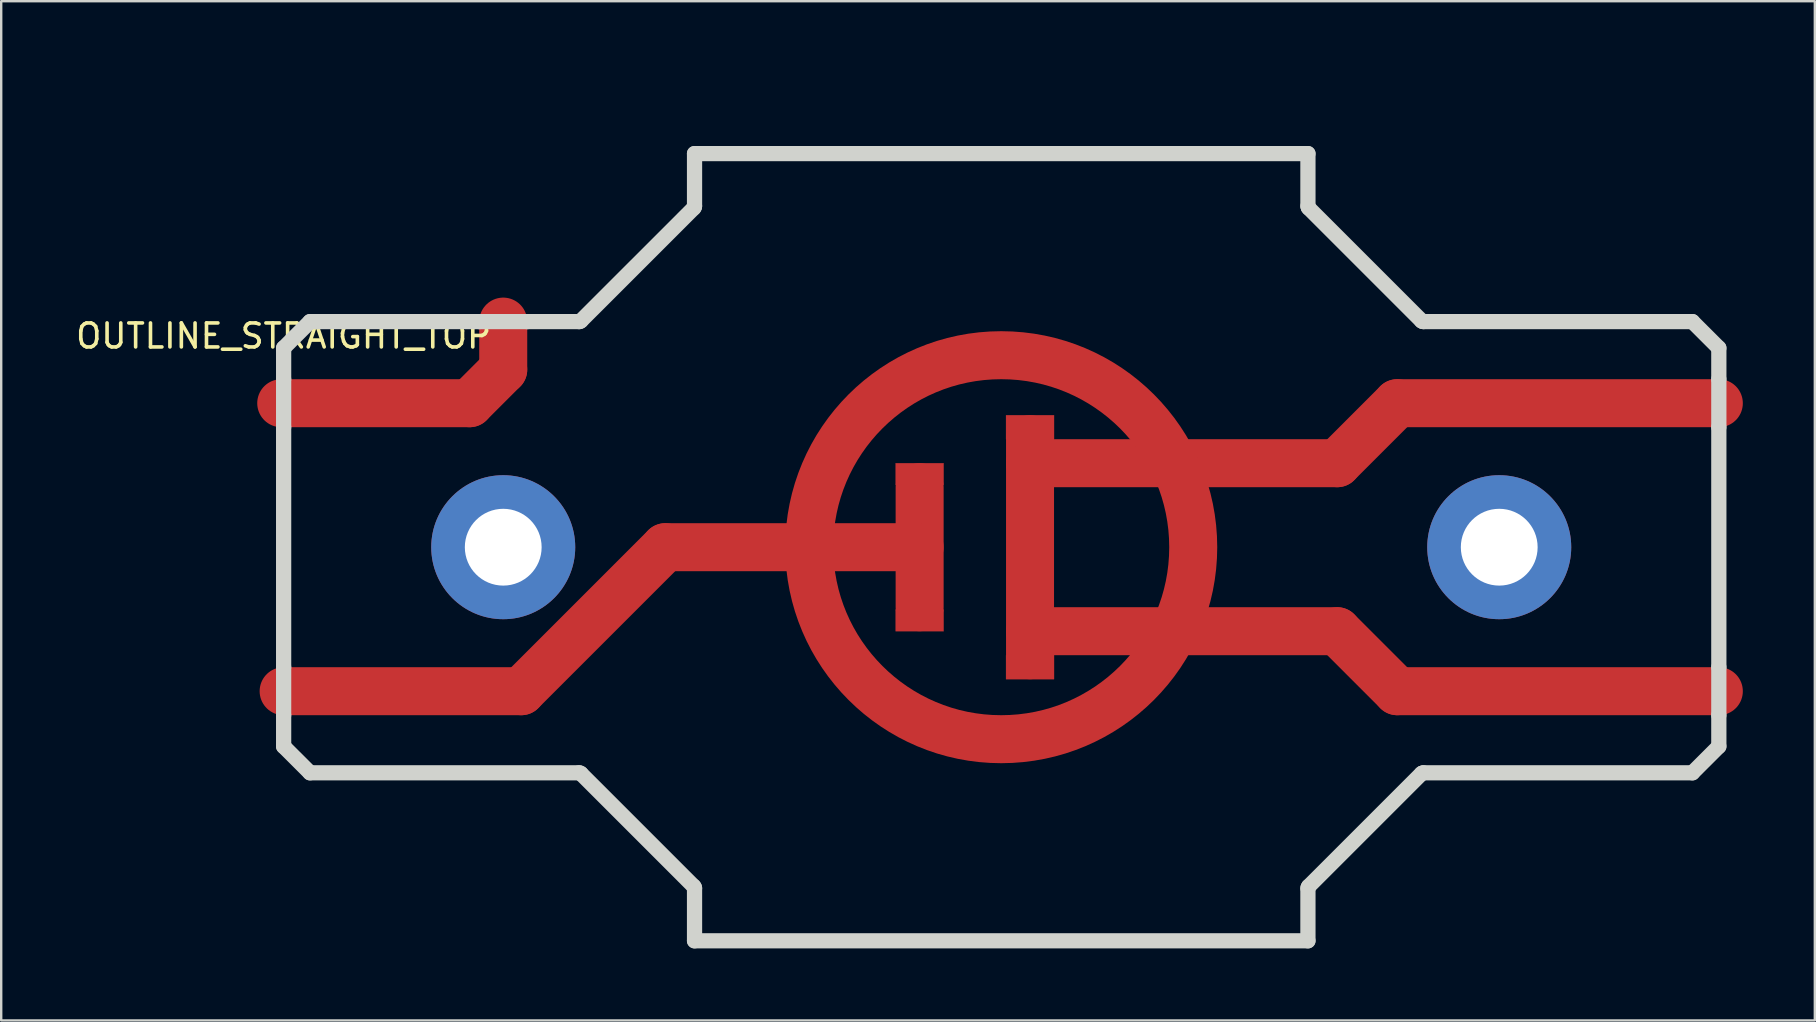
<source format=kicad_pcb>
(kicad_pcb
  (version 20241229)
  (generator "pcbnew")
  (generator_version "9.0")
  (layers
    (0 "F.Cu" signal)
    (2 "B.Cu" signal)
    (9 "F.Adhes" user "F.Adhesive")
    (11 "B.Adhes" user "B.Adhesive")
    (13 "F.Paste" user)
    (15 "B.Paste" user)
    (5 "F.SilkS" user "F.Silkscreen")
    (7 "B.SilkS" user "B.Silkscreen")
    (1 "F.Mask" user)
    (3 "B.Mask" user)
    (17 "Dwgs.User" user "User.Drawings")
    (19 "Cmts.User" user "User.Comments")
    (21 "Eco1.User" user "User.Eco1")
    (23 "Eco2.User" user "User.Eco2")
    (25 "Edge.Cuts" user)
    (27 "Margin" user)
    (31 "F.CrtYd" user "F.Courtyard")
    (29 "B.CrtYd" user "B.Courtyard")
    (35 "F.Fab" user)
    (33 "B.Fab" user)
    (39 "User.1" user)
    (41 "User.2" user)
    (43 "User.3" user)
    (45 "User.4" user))
  (footprint "OUTLINE_STRAIGHT_TOP"
    (layer "F.Cu")
    (at 8.768 11.45)
    (property "Reference" "OUTLINE_STRAIGHT_TOP" (at 0 -0.5 0) (unlocked yes) (layer "F.SilkS") (effects (font (size 1 1) (thickness 0.15))))
    (attr smd board_only exclude_from_pos_files exclude_from_bom allow_missing_courtyard)
    (fp_line (start -0.1 2.3) (end 7.75 2.3) (stroke (width 2) (type solid)) (layer "F.Cu"))
    (fp_line (start 7.75 2.3) (end 9.15 0.9) (stroke (width 2) (type solid)) (layer "F.Cu"))
    (fp_line (start 9.15 0.9) (end 9.15 -1.1) (stroke (width 2) (type solid)) (layer "F.Cu"))
    (fp_line (start 9.9 14.3) (end 0 14.3) (stroke (width 2) (type solid)) (layer "F.Cu"))
    (fp_line (start 15.9 8.3) (end 9.9 14.3) (stroke (width 2) (type solid)) (layer "F.Cu"))
    (fp_line (start 21.9 8.3) (end 15.9 8.3) (stroke (width 2) (type solid)) (layer "F.Cu"))
    (fp_line (start 26.5 5.8) (end 26.5 10.8) (stroke (width 2) (type solid)) (layer "F.Cu"))
    (fp_line (start 26.5 8.3) (end 21.9 8.3) (stroke (width 2) (type solid)) (layer "F.Cu"))
    (fp_line (start 31.1 3.8) (end 31.1 12.8) (stroke (width 2) (type solid)) (layer "F.Cu"))
    (fp_line (start 37.094 4.8) (end 31.1 4.8) (stroke (width 2) (type solid)) (layer "F.Cu"))
    (fp_line (start 37.094 11.8) (end 31.1 11.8) (stroke (width 2) (type solid)) (layer "F.Cu"))
    (fp_line (start 43.9 4.8) (end 37.094 4.8) (stroke (width 2) (type solid)) (layer "F.Cu"))
    (fp_line (start 43.9 4.8) (end 46.4 2.3) (stroke (width 2) (type solid)) (layer "F.Cu"))
    (fp_line (start 43.9 11.8) (end 37.094 11.8) (stroke (width 2) (type solid)) (layer "F.Cu"))
    (fp_line (start 43.9 11.8) (end 46.4 14.3) (stroke (width 2) (type solid)) (layer "F.Cu"))
    (fp_line (start 46.4 2.3) (end 59.8 2.3) (stroke (width 2) (type solid)) (layer "F.Cu"))
    (fp_line (start 46.4 14.3) (end 59.8 14.3) (stroke (width 2) (type solid)) (layer "F.Cu"))
    (fp_rect (start 25.5 4.8) (end 27.5 5.7) (stroke (width 0.01) (type solid)) (fill yes) (layer "F.Cu"))
    (fp_rect (start 25.5 10.9) (end 27.5 11.8) (stroke (width 0.01) (type solid)) (fill yes) (layer "F.Cu"))
    (fp_rect (start 30.1 2.8) (end 32.1 3.8) (stroke (width 0.01) (type solid)) (fill yes) (layer "F.Cu"))
    (fp_rect (start 30.1 12.8) (end 32.1 13.8) (stroke (width 0.01) (type solid)) (fill yes) (layer "F.Cu"))
    (fp_circle (center 29.9 8.3) (end 37.9 8.3) (stroke (width 2) (type solid)) (fill no) (layer "F.Cu"))
    (fp_line (start -0.1 2.3) (end 7.75 2.3) (stroke (width 2) (type solid)) (layer "F.Mask"))
    (fp_line (start 7.75 2.3) (end 9.15 0.9) (stroke (width 2) (type solid)) (layer "F.Mask"))
    (fp_line (start 9.15 0.9) (end 9.15 -1.1) (stroke (width 2) (type solid)) (layer "F.Mask"))
    (fp_line (start 9.9 14.3) (end 0 14.3) (stroke (width 2) (type solid)) (layer "F.Mask"))
    (fp_line (start 15.9 8.3) (end 9.9 14.3) (stroke (width 2) (type solid)) (layer "F.Mask"))
    (fp_line (start 21.9 8.3) (end 15.9 8.3) (stroke (width 2) (type solid)) (layer "F.Mask"))
    (fp_line (start 26.5 5.8) (end 26.5 10.8) (stroke (width 2) (type solid)) (layer "F.Mask"))
    (fp_line (start 26.5 8.3) (end 21.9 8.3) (stroke (width 2) (type solid)) (layer "F.Mask"))
    (fp_line (start 31.1 3.8) (end 31.1 12.8) (stroke (width 2) (type solid)) (layer "F.Mask"))
    (fp_line (start 37.094 4.8) (end 31.1 4.8) (stroke (width 2) (type solid)) (layer "F.Mask"))
    (fp_line (start 37.094 11.8) (end 31.1 11.8) (stroke (width 2) (type solid)) (layer "F.Mask"))
    (fp_line (start 43.9 4.8) (end 37.094 4.8) (stroke (width 2) (type solid)) (layer "F.Mask"))
    (fp_line (start 43.9 4.8) (end 46.4 2.3) (stroke (width 2) (type solid)) (layer "F.Mask"))
    (fp_line (start 43.9 11.8) (end 37.094 11.8) (stroke (width 2) (type solid)) (layer "F.Mask"))
    (fp_line (start 43.9 11.8) (end 46.4 14.3) (stroke (width 2) (type solid)) (layer "F.Mask"))
    (fp_line (start 46.4 2.3) (end 59.8 2.3) (stroke (width 2) (type solid)) (layer "F.Mask"))
    (fp_line (start 46.4 14.3) (end 59.8 14.3) (stroke (width 2) (type solid)) (layer "F.Mask"))
    (fp_rect (start 25.5 4.8) (end 27.5 5.7) (stroke (width 0.01) (type solid)) (fill yes) (layer "F.Mask"))
    (fp_rect (start 25.5 10.9) (end 27.5 11.8) (stroke (width 0.01) (type solid)) (fill yes) (layer "F.Mask"))
    (fp_rect (start 30.1 2.8) (end 32.1 3.8) (stroke (width 0.01) (type solid)) (fill yes) (layer "F.Mask"))
    (fp_rect (start 30.1 12.8) (end 32.1 13.8) (stroke (width 0.01) (type solid)) (fill yes) (layer "F.Mask"))
    (fp_circle (center 29.9 8.3) (end 37.9 8.3) (stroke (width 2) (type solid)) (fill no) (layer "F.Mask"))
    (fp_line (start 0 0) (end 0 1.3) (stroke (width 0.635) (type solid)) (layer "Edge.Cuts"))
    (fp_line (start 0 1.3) (end 0 3.3) (stroke (width 0.635) (type solid)) (layer "Edge.Cuts"))
    (fp_line (start 0 3.3) (end 0 13.3) (stroke (width 0.635) (type solid)) (layer "Edge.Cuts"))
    (fp_line (start 0 13.3) (end 0 15.3) (stroke (width 0.635) (type solid)) (layer "Edge.Cuts"))
    (fp_line (start 0 15.3) (end 0 16.6) (stroke (width 0.635) (type solid)) (layer "Edge.Cuts"))
    (fp_line (start 0 16.6) (end 1.1 17.7) (stroke (width 0.635) (type solid)) (layer "Edge.Cuts"))
    (fp_line (start 1.1 -1.1) (end 0 0) (stroke (width 0.635) (type solid)) (layer "Edge.Cuts"))
    (fp_line (start 1.1 17.7) (end 12.314 17.7) (stroke (width 0.635) (type solid)) (layer "Edge.Cuts"))
    (fp_line (start 8.15 -1.1) (end 1.1 -1.1) (stroke (width 0.635) (type solid)) (layer "Edge.Cuts"))
    (fp_line (start 10.15 -1.1) (end 8.15 -1.1) (stroke (width 0.635) (type solid)) (layer "Edge.Cuts"))
    (fp_line (start 12.314 -1.1) (end 10.15 -1.1) (stroke (width 0.635) (type solid)) (layer "Edge.Cuts"))
    (fp_line (start 12.385 17.729) (end 17.092 22.436) (stroke (width 0.635) (type solid)) (layer "Edge.Cuts"))
    (fp_line (start 17.092 -5.836) (end 12.385 -1.129) (stroke (width 0.635) (type solid)) (layer "Edge.Cuts"))
    (fp_line (start 17.121 -8.1) (end 17.121 -5.907) (stroke (width 0.635) (type solid)) (layer "Edge.Cuts"))
    (fp_line (start 17.121 22.507) (end 17.121 24.7) (stroke (width 0.635) (type solid)) (layer "Edge.Cuts"))
    (fp_line (start 17.121 24.7) (end 42.679 24.7) (stroke (width 0.635) (type solid)) (layer "Edge.Cuts"))
    (fp_line (start 42.679 -8.1) (end 17.121 -8.1) (stroke (width 0.635) (type solid)) (layer "Edge.Cuts"))
    (fp_line (start 42.679 -5.907) (end 42.679 -8.1) (stroke (width 0.635) (type solid)) (layer "Edge.Cuts"))
    (fp_line (start 42.679 24.7) (end 42.679 22.507) (stroke (width 0.635) (type solid)) (layer "Edge.Cuts"))
    (fp_line (start 42.708 22.436) (end 47.415 17.729) (stroke (width 0.635) (type solid)) (layer "Edge.Cuts"))
    (fp_line (start 47.415 -1.129) (end 42.708 -5.836) (stroke (width 0.635) (type solid)) (layer "Edge.Cuts"))
    (fp_line (start 47.486 17.7) (end 58.7 17.7) (stroke (width 0.635) (type solid)) (layer "Edge.Cuts"))
    (fp_line (start 58.7 -1.1) (end 47.486 -1.1) (stroke (width 0.635) (type solid)) (layer "Edge.Cuts"))
    (fp_line (start 58.7 17.7) (end 59.8 16.6) (stroke (width 0.635) (type solid)) (layer "Edge.Cuts"))
    (fp_line (start 59.8 0) (end 58.7 -1.1) (stroke (width 0.635) (type solid)) (layer "Edge.Cuts"))
    (fp_line (start 59.8 1.3) (end 59.8 0) (stroke (width 0.635) (type solid)) (layer "Edge.Cuts"))
    (fp_line (start 59.8 3.3) (end 59.8 1.3) (stroke (width 0.635) (type solid)) (layer "Edge.Cuts"))
    (fp_line (start 59.8 13.3) (end 59.8 3.3) (stroke (width 0.635) (type solid)) (layer "Edge.Cuts"))
    (fp_line (start 59.8 15.3) (end 59.8 13.3) (stroke (width 0.635) (type solid)) (layer "Edge.Cuts"))
    (fp_line (start 59.8 16.6) (end 59.8 15.3) (stroke (width 0.635) (type solid)) (layer "Edge.Cuts"))
    (fp_arc (start 12.314213 17.7) (mid 12.352478 17.707619) (end 12.384924 17.72929) (stroke (width 0.635) (type solid)) (layer "Edge.Cuts"))
    (fp_arc (start 12.384924 -1.129289) (mid 12.352485 -1.107594) (end 12.314213 -1.1) (stroke (width 0.635) (type solid)) (layer "Edge.Cuts"))
    (fp_arc (start 17.092031 22.436396) (mid 17.113711 22.468839) (end 17.12132 22.507107) (stroke (width 0.635) (type solid)) (layer "Edge.Cuts"))
    (fp_arc (start 17.12132 -5.907107) (mid 17.113725 -5.868827) (end 17.092031 -5.836396) (stroke (width 0.635) (type solid)) (layer "Edge.Cuts"))
    (fp_arc (start 42.67868 22.507107) (mid 42.686302 22.468845) (end 42.707969 22.436396) (stroke (width 0.635) (type solid)) (layer "Edge.Cuts"))
    (fp_arc (start 42.707969 -5.836396) (mid 42.686308 -5.868841) (end 42.67868 -5.907107) (stroke (width 0.635) (type solid)) (layer "Edge.Cuts"))
    (fp_arc (start 47.415076 17.72929) (mid 47.44752 17.707622) (end 47.485786 17.7) (stroke (width 0.635) (type solid)) (layer "Edge.Cuts"))
    (fp_arc (start 47.485786 -1.1) (mid 47.44752 -1.107614) (end 47.415076 -1.129289) (stroke (width 0.635) (type solid)) (layer "Edge.Cuts"))
    (fp_line (start 0 0) (end 0 1.3) (stroke (width 0.635) (type solid)) (layer "User.7"))
    (fp_line (start 0 1.3) (end 0 3.3) (stroke (width 0.635) (type solid)) (layer "User.7"))
    (fp_line (start 0 3.3) (end 0 13.3) (stroke (width 0.635) (type solid)) (layer "User.7"))
    (fp_line (start 0 3.3) (end 8.164 3.3) (stroke (width 0.635) (type solid)) (layer "User.7"))
    (fp_line (start 0 13.3) (end 0 15.3) (stroke (width 0.635) (type solid)) (layer "User.7"))
    (fp_line (start 0 15.3) (end 0 16.6) (stroke (width 0.635) (type solid)) (layer "User.7"))
    (fp_line (start 0 15.3) (end 10.314 15.3) (stroke (width 0.635) (type solid)) (layer "User.7"))
    (fp_line (start 0 16.6) (end 1.1 17.7) (stroke (width 0.635) (type solid)) (layer "User.7"))
    (fp_line (start 1.1 -1.1) (end 0 0) (stroke (width 0.635) (type solid)) (layer "User.7"))
    (fp_line (start 1.1 17.7) (end 12.314 17.7) (stroke (width 0.635) (type solid)) (layer "User.7"))
    (fp_line (start 7.336 1.3) (end 0 1.3) (stroke (width 0.635) (type solid)) (layer "User.7"))
    (fp_line (start 8.15 -1.1) (end 1.1 -1.1) (stroke (width 0.635) (type solid)) (layer "User.7"))
    (fp_line (start 8.15 -1.1) (end 8.15 0.486) (stroke (width 0.635) (type solid)) (layer "User.7"))
    (fp_line (start 8.15 0.486) (end 7.336 1.3) (stroke (width 0.635) (type solid)) (layer "User.7"))
    (fp_line (start 8.164 3.3) (end 10.15 1.314) (stroke (width 0.635) (type solid)) (layer "User.7"))
    (fp_line (start 9.15 9.443) (end 9.15 7.157) (stroke (width 0.635) (type solid)) (layer "User.7"))
    (fp_line (start 9.486 13.3) (end 0 13.3) (stroke (width 0.635) (type solid)) (layer "User.7"))
    (fp_line (start 10.15 -1.1) (end 8.15 -1.1) (stroke (width 0.635) (type solid)) (layer "User.7"))
    (fp_line (start 10.15 1.314) (end 10.15 -1.1) (stroke (width 0.635) (type solid)) (layer "User.7"))
    (fp_line (start 10.293 8.3) (end 8.007 8.3) (stroke (width 0.635) (type solid)) (layer "User.7"))
    (fp_line (start 10.314 15.3) (end 16.314 9.3) (stroke (width 0.635) (type solid)) (layer "User.7"))
    (fp_line (start 12.314 -1.1) (end 10.15 -1.1) (stroke (width 0.635) (type solid)) (layer "User.7"))
    (fp_line (start 12.385 17.729) (end 17.092 22.436) (stroke (width 0.635) (type solid)) (layer "User.7"))
    (fp_line (start 15.486 7.3) (end 9.486 13.3) (stroke (width 0.635) (type solid)) (layer "User.7"))
    (fp_line (start 16.314 9.3) (end 20.956 9.3) (stroke (width 0.635) (type solid)) (layer "User.7"))
    (fp_line (start 17.092 -5.836) (end 12.385 -1.129) (stroke (width 0.635) (type solid)) (layer "User.7"))
    (fp_line (start 17.121 -8.1) (end 17.121 -5.907) (stroke (width 0.635) (type solid)) (layer "User.7"))
    (fp_line (start 17.121 22.507) (end 17.121 24.7) (stroke (width 0.635) (type solid)) (layer "User.7"))
    (fp_line (start 17.121 24.7) (end 42.679 24.7) (stroke (width 0.635) (type solid)) (layer "User.7"))
    (fp_line (start 20.956 7.3) (end 15.486 7.3) (stroke (width 0.635) (type solid)) (layer "User.7"))
    (fp_line (start 22.972 9.3) (end 25.5 9.3) (stroke (width 0.635) (type solid)) (layer "User.7"))
    (fp_line (start 25.5 4.8) (end 25.5 7.3) (stroke (width 0.635) (type solid)) (layer "User.7"))
    (fp_line (start 25.5 7.3) (end 22.972 7.3) (stroke (width 0.635) (type solid)) (layer "User.7"))
    (fp_line (start 25.5 9.3) (end 25.5 11.8) (stroke (width 0.635) (type solid)) (layer "User.7"))
    (fp_line (start 25.5 11.8) (end 27.5 11.8) (stroke (width 0.635) (type solid)) (layer "User.7"))
    (fp_line (start 27.5 4.8) (end 25.5 4.8) (stroke (width 0.635) (type solid)) (layer "User.7"))
    (fp_line (start 27.5 11.8) (end 27.5 4.8) (stroke (width 0.635) (type solid)) (layer "User.7"))
    (fp_line (start 30.1 2.8) (end 30.1 13.8) (stroke (width 0.635) (type solid)) (layer "User.7"))
    (fp_line (start 30.1 13.8) (end 32.1 13.8) (stroke (width 0.635) (type solid)) (layer "User.7"))
    (fp_line (start 32.1 2.8) (end 30.1 2.8) (stroke (width 0.635) (type solid)) (layer "User.7"))
    (fp_line (start 32.1 3.8) (end 32.1 2.8) (stroke (width 0.635) (type solid)) (layer "User.7"))
    (fp_line (start 32.1 5.8) (end 36.438 5.8) (stroke (width 0.635) (type solid)) (layer "User.7"))
    (fp_line (start 32.1 10.8) (end 32.1 5.8) (stroke (width 0.635) (type solid)) (layer "User.7"))
    (fp_line (start 32.1 12.8) (end 35.262 12.8) (stroke (width 0.635) (type solid)) (layer "User.7"))
    (fp_line (start 32.1 13.8) (end 32.1 12.8) (stroke (width 0.635) (type solid)) (layer "User.7"))
    (fp_line (start 35.262 3.8) (end 32.1 3.8) (stroke (width 0.635) (type solid)) (layer "User.7"))
    (fp_line (start 36.438 10.8) (end 32.1 10.8) (stroke (width 0.635) (type solid)) (layer "User.7"))
    (fp_line (start 37.694 12.8) (end 43.486 12.8) (stroke (width 0.635) (type solid)) (layer "User.7"))
    (fp_line (start 38.546 5.8) (end 44.314 5.8) (stroke (width 0.635) (type solid)) (layer "User.7"))
    (fp_line (start 42.679 -8.1) (end 17.121 -8.1) (stroke (width 0.635) (type solid)) (layer "User.7"))
    (fp_line (start 42.679 -5.907) (end 42.679 -8.1) (stroke (width 0.635) (type solid)) (layer "User.7"))
    (fp_line (start 42.679 24.7) (end 42.679 22.507) (stroke (width 0.635) (type solid)) (layer "User.7"))
    (fp_line (start 42.708 22.436) (end 47.415 17.729) (stroke (width 0.635) (type solid)) (layer "User.7"))
    (fp_line (start 43.486 3.8) (end 37.694 3.8) (stroke (width 0.635) (type solid)) (layer "User.7"))
    (fp_line (start 43.486 12.8) (end 45.986 15.3) (stroke (width 0.635) (type solid)) (layer "User.7"))
    (fp_line (start 44.314 5.8) (end 46.814 3.3) (stroke (width 0.635) (type solid)) (layer "User.7"))
    (fp_line (start 44.314 10.8) (end 38.546 10.8) (stroke (width 0.635) (type solid)) (layer "User.7"))
    (fp_line (start 45.986 1.3) (end 43.486 3.8) (stroke (width 0.635) (type solid)) (layer "User.7"))
    (fp_line (start 45.986 15.3) (end 59.8 15.3) (stroke (width 0.635) (type solid)) (layer "User.7"))
    (fp_line (start 46.814 3.3) (end 59.8 3.3) (stroke (width 0.635) (type solid)) (layer "User.7"))
    (fp_line (start 46.814 13.3) (end 44.314 10.8) (stroke (width 0.635) (type solid)) (layer "User.7"))
    (fp_line (start 47.415 -1.129) (end 42.708 -5.836) (stroke (width 0.635) (type solid)) (layer "User.7"))
    (fp_line (start 47.486 17.7) (end 58.7 17.7) (stroke (width 0.635) (type solid)) (layer "User.7"))
    (fp_line (start 50.65 8.871) (end 50.65 7.729) (stroke (width 0.635) (type solid)) (layer "User.7"))
    (fp_line (start 51.221 8.3) (end 50.078 8.3) (stroke (width 0.635) (type solid)) (layer "User.7"))
    (fp_line (start 58.7 -1.1) (end 47.486 -1.1) (stroke (width 0.635) (type solid)) (layer "User.7"))
    (fp_line (start 58.7 17.7) (end 59.8 16.6) (stroke (width 0.635) (type solid)) (layer "User.7"))
    (fp_line (start 59.8 0) (end 58.7 -1.1) (stroke (width 0.635) (type solid)) (layer "User.7"))
    (fp_line (start 59.8 1.3) (end 45.986 1.3) (stroke (width 0.635) (type solid)) (layer "User.7"))
    (fp_line (start 59.8 1.3) (end 59.8 0) (stroke (width 0.635) (type solid)) (layer "User.7"))
    (fp_line (start 59.8 3.3) (end 59.8 1.3) (stroke (width 0.635) (type solid)) (layer "User.7"))
    (fp_line (start 59.8 13.3) (end 46.814 13.3) (stroke (width 0.635) (type solid)) (layer "User.7"))
    (fp_line (start 59.8 13.3) (end 59.8 3.3) (stroke (width 0.635) (type solid)) (layer "User.7"))
    (fp_line (start 59.8 15.3) (end 59.8 13.3) (stroke (width 0.635) (type solid)) (layer "User.7"))
    (fp_line (start 59.8 16.6) (end 59.8 15.3) (stroke (width 0.635) (type solid)) (layer "User.7"))
    (fp_arc (start 12.314213 17.7) (mid 12.352478 17.707619) (end 12.384924 17.72929) (stroke (width 0.635) (type solid)) (layer "User.7"))
    (fp_arc (start 12.384924 -1.129289) (mid 12.352485 -1.107594) (end 12.314213 -1.1) (stroke (width 0.635) (type solid)) (layer "User.7"))
    (fp_arc (start 17.092031 22.436396) (mid 17.113711 22.468839) (end 17.12132 22.507107) (stroke (width 0.635) (type solid)) (layer "User.7"))
    (fp_arc (start 17.12132 -5.907107) (mid 17.113725 -5.868827) (end 17.092031 -5.836396) (stroke (width 0.635) (type solid)) (layer "User.7"))
    (fp_arc (start 20.955728 7.3) (mid 28.057944 -0.509427) (end 37.694229 3.8) (stroke (width 0.635) (type solid)) (layer "User.7"))
    (fp_arc (start 22.971797 7.3) (mid 27.982754 1.567722) (end 35.261903 3.8) (stroke (width 0.635) (type solid)) (layer "User.7"))
    (fp_arc (start 35.261903 12.8) (mid 27.98276 15.032319) (end 22.971797 9.3) (stroke (width 0.635) (type solid)) (layer "User.7"))
    (fp_arc (start 36.438348 5.8) (mid 36.900013 8.300003) (end 36.438348 10.8) (stroke (width 0.635) (type solid)) (layer "User.7"))
    (fp_arc (start 37.694229 12.8) (mid 28.057954 17.10947) (end 20.955728 9.3) (stroke (width 0.635) (type solid)) (layer "User.7"))
    (fp_arc (start 38.545808 5.8) (mid 38.90001 8.300002) (end 38.545808 10.8) (stroke (width 0.635) (type solid)) (layer "User.7"))
    (fp_arc (start 42.67868 22.507107) (mid 42.686302 22.468845) (end 42.707969 22.436396) (stroke (width 0.635) (type solid)) (layer "User.7"))
    (fp_arc (start 42.707969 -5.836396) (mid 42.686308 -5.868841) (end 42.67868 -5.907107) (stroke (width 0.635) (type solid)) (layer "User.7"))
    (fp_arc (start 47.415076 17.72929) (mid 47.44752 17.707622) (end 47.485786 17.7) (stroke (width 0.635) (type solid)) (layer "User.7"))
    (fp_arc (start 47.485786 -1.1) (mid 47.44752 -1.107614) (end 47.415076 -1.129289) (stroke (width 0.635) (type solid)) (layer "User.7"))
    (fp_circle (center 9.15 8.3) (end 10.75 8.3) (stroke (width 0.635) (type solid)) (fill no) (layer "User.7"))
    (fp_circle (center 50.65 8.3) (end 52.25 8.3) (stroke (width 0.635) (type solid)) (fill no) (layer "User.7"))
    (fp_text user "*fill underside*" (at 22 -10 0) (unlocked yes) (layer "User.7") (effects (font (size 1 1) (thickness 0.15)) (justify left bottom)))
    (pad "" smd circle (at 29.9 8.3) (size 18 18) (layers "*.Mask"))
    (pad "~" thru_hole circle (at 9.15 8.3) (size 6 6) (drill 3.2) (layers "*.Cu" "*.Mask"))
    (pad "~" thru_hole circle (at 50.65 8.3) (size 6 6) (drill 3.2) (layers "*.Cu" "*.Mask")))
  (gr_rect
    (start -3 -3)
    (end 72.568 39.468)
    (stroke (width 0.1) (type default))
    (fill no)
    (layer "Edge.Cuts")))
</source>
